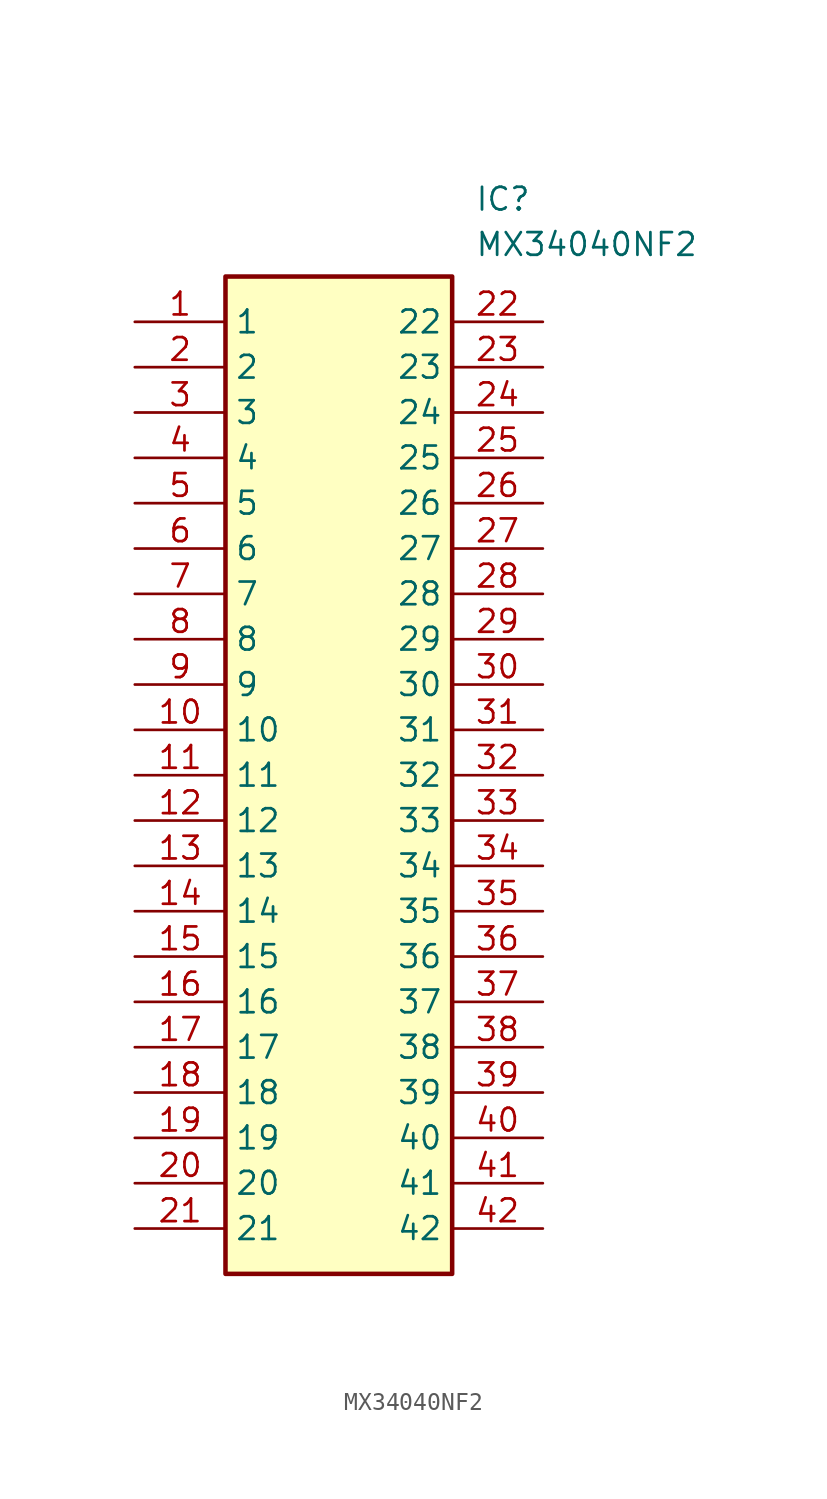
<source format=kicad_sym>
(kicad_symbol_lib
  (version 20211014)
  (generator SamacSys_ECAD_Model)
  (symbol "MX34040NF2"
    (property "Reference" "IC"
      (at 19.05 7.62 0)
      (effects (font (size 1.27 1.27)) (justify left top)))
    (property "Value" "MX34040NF2"
      (at 19.05 5.08 0)
      (effects (font (size 1.27 1.27)) (justify left top)))
    (rectangle
      (start 5.08 2.54)
      (end 17.78 -53.34)
      (stroke (width 0.254) (type default))
      (fill (type background)))
    (pin passive line
      (at 0 0 0)
      (length 5.08)
      (name "1" (effects (font (size 1.27 1.27))))
      (number "1" (effects (font (size 1.27 1.27)))))
    (pin passive line
      (at 0 -2.54 0)
      (length 5.08)
      (name "2" (effects (font (size 1.27 1.27))))
      (number "2" (effects (font (size 1.27 1.27)))))
    (pin passive line
      (at 0 -5.08 0)
      (length 5.08)
      (name "3" (effects (font (size 1.27 1.27))))
      (number "3" (effects (font (size 1.27 1.27)))))
    (pin passive line
      (at 0 -7.62 0)
      (length 5.08)
      (name "4" (effects (font (size 1.27 1.27))))
      (number "4" (effects (font (size 1.27 1.27)))))
    (pin passive line
      (at 0 -10.16 0)
      (length 5.08)
      (name "5" (effects (font (size 1.27 1.27))))
      (number "5" (effects (font (size 1.27 1.27)))))
    (pin passive line
      (at 0 -12.7 0)
      (length 5.08)
      (name "6" (effects (font (size 1.27 1.27))))
      (number "6" (effects (font (size 1.27 1.27)))))
    (pin passive line
      (at 0 -15.24 0)
      (length 5.08)
      (name "7" (effects (font (size 1.27 1.27))))
      (number "7" (effects (font (size 1.27 1.27)))))
    (pin passive line
      (at 0 -17.78 0)
      (length 5.08)
      (name "8" (effects (font (size 1.27 1.27))))
      (number "8" (effects (font (size 1.27 1.27)))))
    (pin passive line
      (at 0 -20.32 0)
      (length 5.08)
      (name "9" (effects (font (size 1.27 1.27))))
      (number "9" (effects (font (size 1.27 1.27)))))
    (pin passive line
      (at 0 -22.86 0)
      (length 5.08)
      (name "10" (effects (font (size 1.27 1.27))))
      (number "10" (effects (font (size 1.27 1.27)))))
    (pin passive line
      (at 0 -25.4 0)
      (length 5.08)
      (name "11" (effects (font (size 1.27 1.27))))
      (number "11" (effects (font (size 1.27 1.27)))))
    (pin passive line
      (at 0 -27.94 0)
      (length 5.08)
      (name "12" (effects (font (size 1.27 1.27))))
      (number "12" (effects (font (size 1.27 1.27)))))
    (pin passive line
      (at 0 -30.48 0)
      (length 5.08)
      (name "13" (effects (font (size 1.27 1.27))))
      (number "13" (effects (font (size 1.27 1.27)))))
    (pin passive line
      (at 0 -33.02 0)
      (length 5.08)
      (name "14" (effects (font (size 1.27 1.27))))
      (number "14" (effects (font (size 1.27 1.27)))))
    (pin passive line
      (at 0 -35.56 0)
      (length 5.08)
      (name "15" (effects (font (size 1.27 1.27))))
      (number "15" (effects (font (size 1.27 1.27)))))
    (pin passive line
      (at 0 -38.1 0)
      (length 5.08)
      (name "16" (effects (font (size 1.27 1.27))))
      (number "16" (effects (font (size 1.27 1.27)))))
    (pin passive line
      (at 0 -40.64 0)
      (length 5.08)
      (name "17" (effects (font (size 1.27 1.27))))
      (number "17" (effects (font (size 1.27 1.27)))))
    (pin passive line
      (at 0 -43.18 0)
      (length 5.08)
      (name "18" (effects (font (size 1.27 1.27))))
      (number "18" (effects (font (size 1.27 1.27)))))
    (pin passive line
      (at 0 -45.72 0)
      (length 5.08)
      (name "19" (effects (font (size 1.27 1.27))))
      (number "19" (effects (font (size 1.27 1.27)))))
    (pin passive line
      (at 0 -48.26 0)
      (length 5.08)
      (name "20" (effects (font (size 1.27 1.27))))
      (number "20" (effects (font (size 1.27 1.27)))))
    (pin passive line
      (at 0 -50.8 0)
      (length 5.08)
      (name "21" (effects (font (size 1.27 1.27))))
      (number "21" (effects (font (size 1.27 1.27)))))
    (pin passive line
      (at 22.86 0 180)
      (length 5.08)
      (name "22" (effects (font (size 1.27 1.27))))
      (number "22" (effects (font (size 1.27 1.27)))))
    (pin passive line
      (at 22.86 -2.54 180)
      (length 5.08)
      (name "23" (effects (font (size 1.27 1.27))))
      (number "23" (effects (font (size 1.27 1.27)))))
    (pin passive line
      (at 22.86 -5.08 180)
      (length 5.08)
      (name "24" (effects (font (size 1.27 1.27))))
      (number "24" (effects (font (size 1.27 1.27)))))
    (pin passive line
      (at 22.86 -7.62 180)
      (length 5.08)
      (name "25" (effects (font (size 1.27 1.27))))
      (number "25" (effects (font (size 1.27 1.27)))))
    (pin passive line
      (at 22.86 -10.16 180)
      (length 5.08)
      (name "26" (effects (font (size 1.27 1.27))))
      (number "26" (effects (font (size 1.27 1.27)))))
    (pin passive line
      (at 22.86 -12.7 180)
      (length 5.08)
      (name "27" (effects (font (size 1.27 1.27))))
      (number "27" (effects (font (size 1.27 1.27)))))
    (pin passive line
      (at 22.86 -15.24 180)
      (length 5.08)
      (name "28" (effects (font (size 1.27 1.27))))
      (number "28" (effects (font (size 1.27 1.27)))))
    (pin passive line
      (at 22.86 -17.78 180)
      (length 5.08)
      (name "29" (effects (font (size 1.27 1.27))))
      (number "29" (effects (font (size 1.27 1.27)))))
    (pin passive line
      (at 22.86 -20.32 180)
      (length 5.08)
      (name "30" (effects (font (size 1.27 1.27))))
      (number "30" (effects (font (size 1.27 1.27)))))
    (pin passive line
      (at 22.86 -22.86 180)
      (length 5.08)
      (name "31" (effects (font (size 1.27 1.27))))
      (number "31" (effects (font (size 1.27 1.27)))))
    (pin passive line
      (at 22.86 -25.4 180)
      (length 5.08)
      (name "32" (effects (font (size 1.27 1.27))))
      (number "32" (effects (font (size 1.27 1.27)))))
    (pin passive line
      (at 22.86 -27.94 180)
      (length 5.08)
      (name "33" (effects (font (size 1.27 1.27))))
      (number "33" (effects (font (size 1.27 1.27)))))
    (pin passive line
      (at 22.86 -30.48 180)
      (length 5.08)
      (name "34" (effects (font (size 1.27 1.27))))
      (number "34" (effects (font (size 1.27 1.27)))))
    (pin passive line
      (at 22.86 -33.02 180)
      (length 5.08)
      (name "35" (effects (font (size 1.27 1.27))))
      (number "35" (effects (font (size 1.27 1.27)))))
    (pin passive line
      (at 22.86 -35.56 180)
      (length 5.08)
      (name "36" (effects (font (size 1.27 1.27))))
      (number "36" (effects (font (size 1.27 1.27)))))
    (pin passive line
      (at 22.86 -38.1 180)
      (length 5.08)
      (name "37" (effects (font (size 1.27 1.27))))
      (number "37" (effects (font (size 1.27 1.27)))))
    (pin passive line
      (at 22.86 -40.64 180)
      (length 5.08)
      (name "38" (effects (font (size 1.27 1.27))))
      (number "38" (effects (font (size 1.27 1.27)))))
    (pin passive line
      (at 22.86 -43.18 180)
      (length 5.08)
      (name "39" (effects (font (size 1.27 1.27))))
      (number "39" (effects (font (size 1.27 1.27)))))
    (pin passive line
      (at 22.86 -45.72 180)
      (length 5.08)
      (name "40" (effects (font (size 1.27 1.27))))
      (number "40" (effects (font (size 1.27 1.27)))))
    (pin passive line
      (at 22.86 -48.26 180)
      (length 5.08)
      (name "41" (effects (font (size 1.27 1.27))))
      (number "41" (effects (font (size 1.27 1.27)))))
    (pin passive line
      (at 22.86 -50.8 180)
      (length 5.08)
      (name "42" (effects (font (size 1.27 1.27))))
      (number "42" (effects (font (size 1.27 1.27)))))))
</source>
